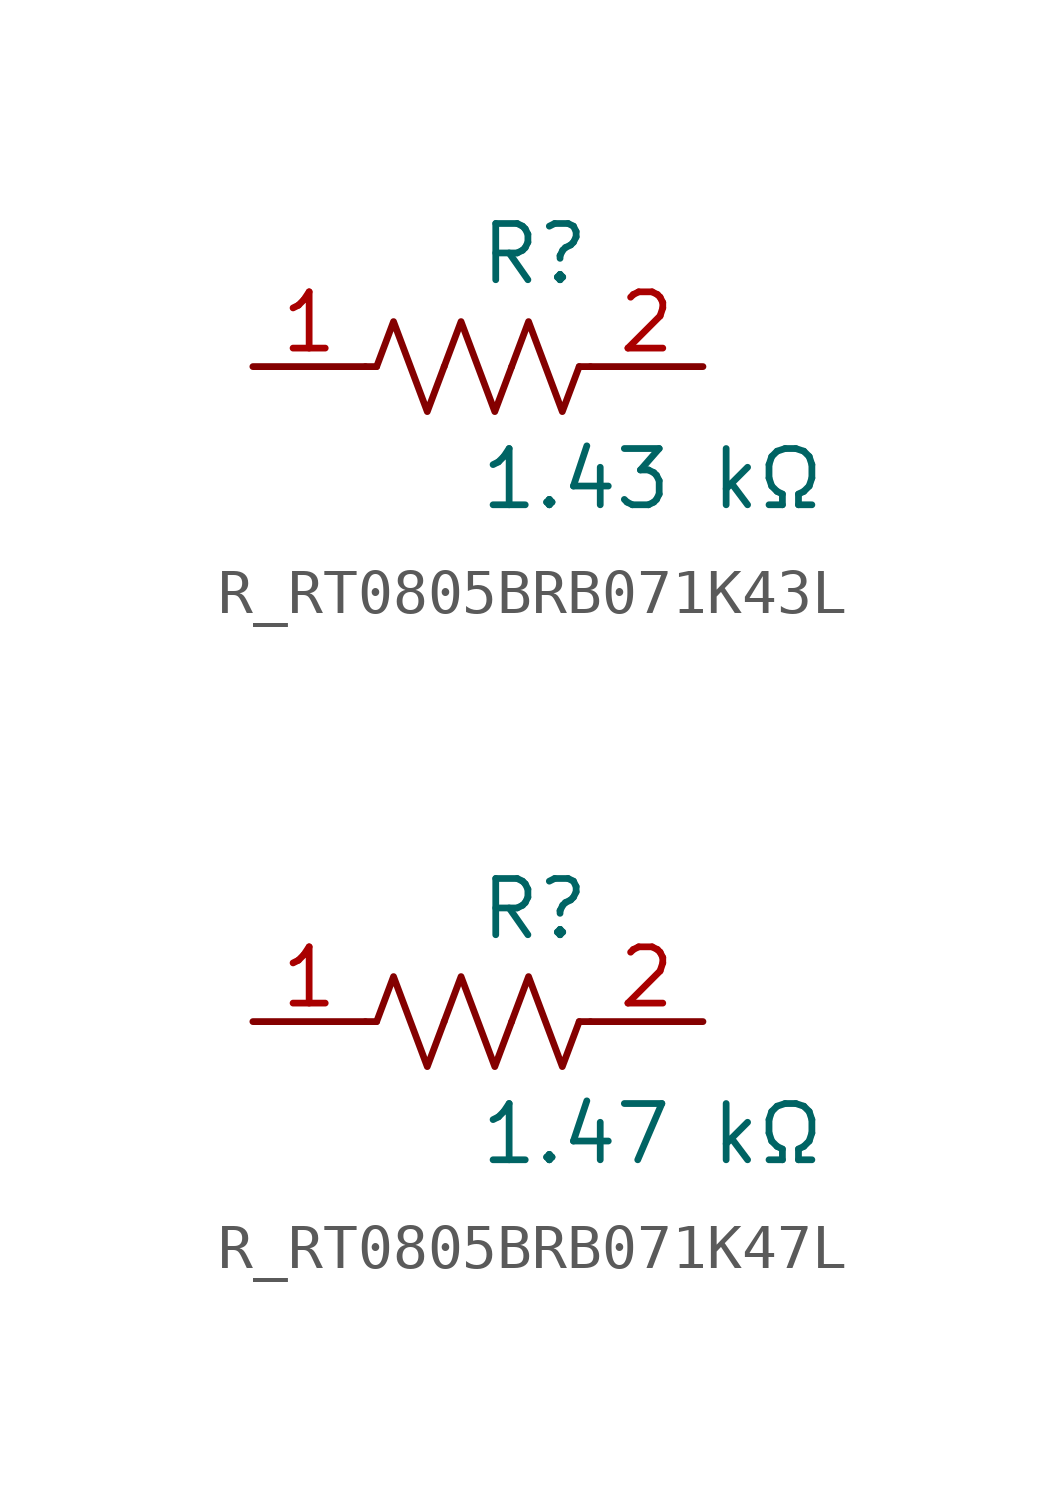
<source format=kicad_sym>
(kicad_symbol_lib
  (version 20231120)
  (generator kicad_symbol_editor)
  (generator_version 8.0)
  (symbol "R_RT0805BRB071K43L"
    (pin_names
      (offset 0.254))
    (property "Reference" "R"
      (at 0 2.54 0)
      (effects (font (size 1.27 1.27)) (justify left)))
    (property "Value" "1.43 kΩ"
      (at 0 -2.54 0)
      (effects (font (size 1.27 1.27)) (justify left)))
    (symbol "R_RT0805BRB071K43L_0_1"
      (polyline (pts (xy 2.286 0) (xy 2.54 0)) (stroke (width 0) (type default)) (fill (type none)))
      (polyline (pts (xy -2.286 0) (xy -2.54 0)) (stroke (width 0) (type default)) (fill (type none)))
      (polyline (pts (xy 0.762 0) (xy 1.143 1.016) (xy 1.524 0) (xy 1.905 -1.016) (xy 2.286 0)) (stroke (width 0) (type default)) (fill (type none)))
      (polyline (pts (xy -0.762 0) (xy -0.381 1.016) (xy 0 0) (xy 0.381 -1.016) (xy 0.762 0)) (stroke (width 0) (type default)) (fill (type none)))
      (polyline (pts (xy -2.286 0) (xy -1.905 1.016) (xy -1.524 0) (xy -1.143 -1.016) (xy -0.762 0)) (stroke (width 0) (type default)) (fill (type none))))
    (pin unspecified line
      (at -5.08 0 0)
      (length 2.54)
      (name "" (effects (font (size 1.27 1.27))))
      (number "1" (effects (font (size 1.27 1.27)))))
    (pin unspecified line
      (at 5.08 0 180)
      (length 2.54)
      (name "" (effects (font (size 1.27 1.27))))
      (number "2" (effects (font (size 1.27 1.27))))))
  (symbol "R_RT0805BRB071K47L"
    (pin_names
      (offset 0.254))
    (property "Reference" "R"
      (at 0 2.54 0)
      (effects (font (size 1.27 1.27)) (justify left)))
    (property "Value" "1.47 kΩ"
      (at 0 -2.54 0)
      (effects (font (size 1.27 1.27)) (justify left)))
    (symbol "R_RT0805BRB071K47L_0_1"
      (polyline (pts (xy 2.286 0) (xy 2.54 0)) (stroke (width 0) (type default)) (fill (type none)))
      (polyline (pts (xy -2.286 0) (xy -2.54 0)) (stroke (width 0) (type default)) (fill (type none)))
      (polyline (pts (xy 0.762 0) (xy 1.143 1.016) (xy 1.524 0) (xy 1.905 -1.016) (xy 2.286 0)) (stroke (width 0) (type default)) (fill (type none)))
      (polyline (pts (xy -0.762 0) (xy -0.381 1.016) (xy 0 0) (xy 0.381 -1.016) (xy 0.762 0)) (stroke (width 0) (type default)) (fill (type none)))
      (polyline (pts (xy -2.286 0) (xy -1.905 1.016) (xy -1.524 0) (xy -1.143 -1.016) (xy -0.762 0)) (stroke (width 0) (type default)) (fill (type none))))
    (pin unspecified line
      (at -5.08 0 0)
      (length 2.54)
      (name "" (effects (font (size 1.27 1.27))))
      (number "1" (effects (font (size 1.27 1.27)))))
    (pin unspecified line
      (at 5.08 0 180)
      (length 2.54)
      (name "" (effects (font (size 1.27 1.27))))
      (number "2" (effects (font (size 1.27 1.27)))))))
</source>
